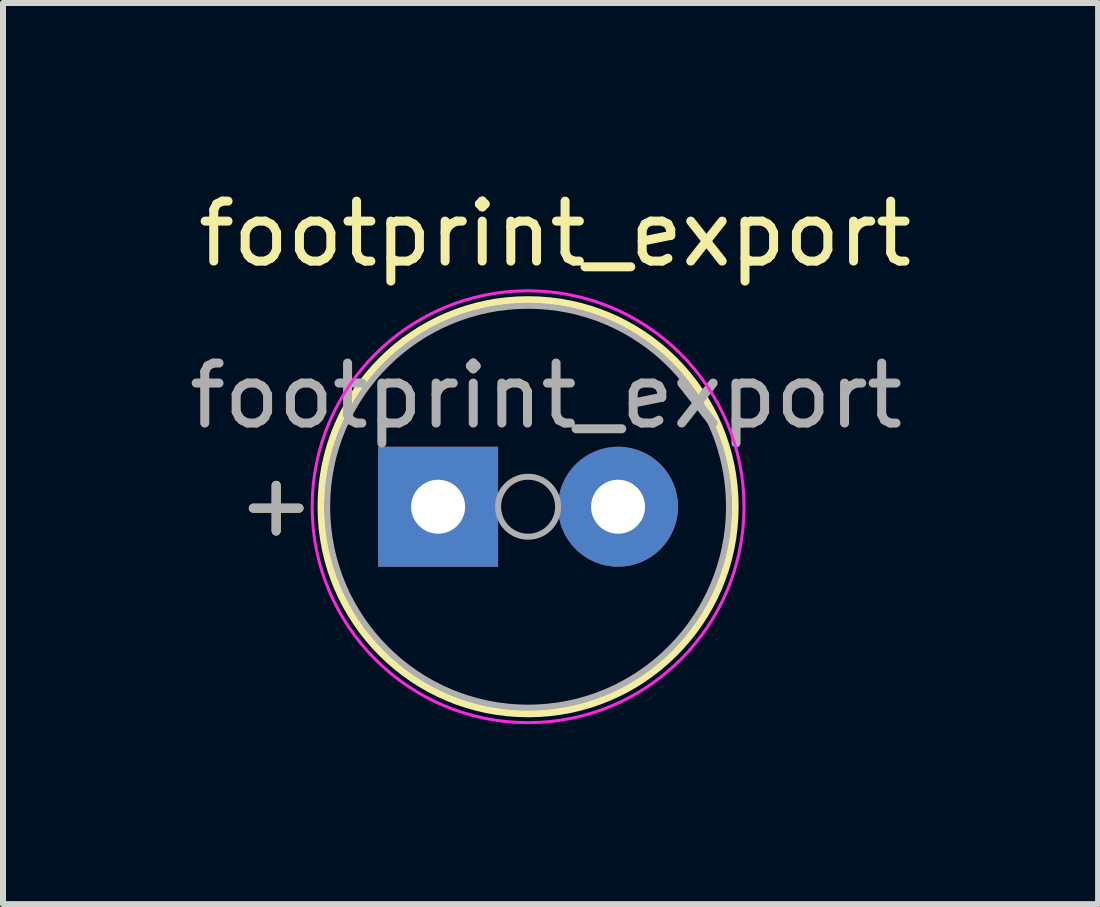
<source format=kicad_pcb>
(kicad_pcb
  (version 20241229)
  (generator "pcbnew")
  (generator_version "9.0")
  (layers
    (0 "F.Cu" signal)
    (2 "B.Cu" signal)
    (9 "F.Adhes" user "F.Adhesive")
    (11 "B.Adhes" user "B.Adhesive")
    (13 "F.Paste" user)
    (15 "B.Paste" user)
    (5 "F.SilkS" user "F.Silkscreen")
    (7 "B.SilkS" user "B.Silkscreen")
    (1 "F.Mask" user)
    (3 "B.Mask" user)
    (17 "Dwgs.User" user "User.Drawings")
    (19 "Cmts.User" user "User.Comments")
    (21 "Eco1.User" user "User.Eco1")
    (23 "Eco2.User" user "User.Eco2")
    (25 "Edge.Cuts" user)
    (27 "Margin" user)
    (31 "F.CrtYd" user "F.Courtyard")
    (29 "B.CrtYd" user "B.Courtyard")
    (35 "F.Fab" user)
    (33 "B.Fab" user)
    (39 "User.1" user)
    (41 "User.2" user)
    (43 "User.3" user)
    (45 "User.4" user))
  (footprint "footprint_export"
    (layer "F.Cu")
    (at 4.254 5.398)
    (property "Reference" "footprint_export" (at 1.95 -4.55 0) (layer "F.SilkS") (effects (font (size 1 1) (thickness 0.15))))
    (attr through_hole)
    (fp_circle (center 1.5 0) (end 4.95 0) (stroke (width 0.12) (type solid)) (fill no) (layer "F.SilkS"))
    (fp_circle (center 1.5 0) (end 5.1 0) (stroke (width 0.05) (type solid)) (fill no) (layer "F.CrtYd"))
    (fp_circle (center 1.5 0) (end 2 0) (stroke (width 0.1) (type solid)) (fill no) (layer "F.Fab"))
    (fp_circle (center 1.5 0) (end 4.85 0) (stroke (width 0.1) (type solid)) (fill no) (layer "F.Fab"))
    (fp_text user "+" (at -2.7 -0.05 0) (layer "F.SilkS") (effects (font (size 1 1) (thickness 0.15))))
    (fp_text user "+" (at -2.7 -0.05 0) (layer "F.Fab") (effects (font (size 1 1) (thickness 0.15))))
    (fp_text user "${REFERENCE}" (at 1.8 -1.85 0) (layer "F.Fab") (effects (font (size 1 1) (thickness 0.15))))
    (pad "1" thru_hole rect (at 0 0) (size 2 2) (drill 0.9) (layers "*.Cu" "*.Mask"))
    (pad "2" thru_hole circle (at 3 0) (size 2 2) (drill 0.9) (layers "*.Cu" "*.Mask")))
  (gr_rect
    (start -3 -3)
    (end 15.257 12.023)
    (stroke (width 0.1) (type default))
    (fill no)
    (layer "Edge.Cuts")))
</source>
